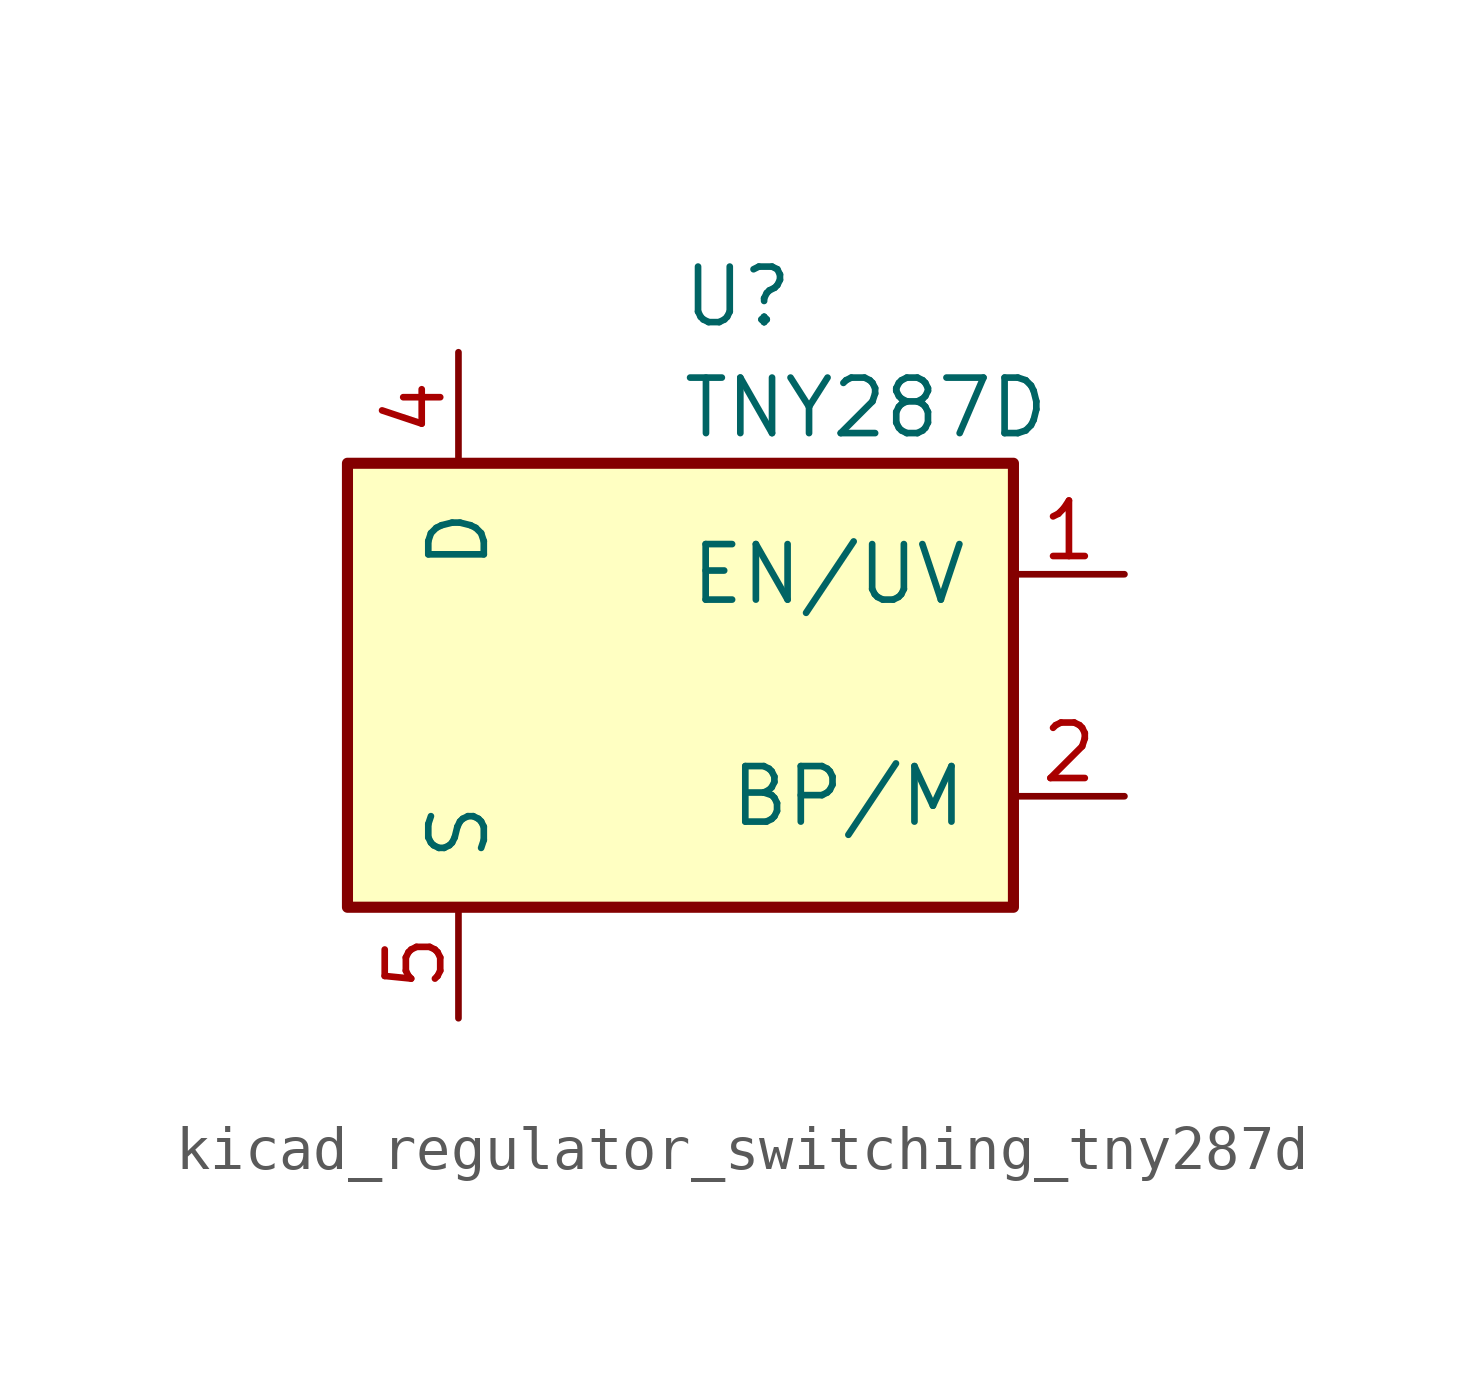
<source format=kicad_sym>
(kicad_symbol_lib
  (version 20220914)
  (generator kicad_symbol_editor)
  (symbol "kicad_regulator_switching_tny287d"
    (pin_names
      (offset 1.016))
    (property "Reference" "U"
      (at 0 8.89 0)
      (effects (font (size 1.27 1.27)) (justify left)))
    (property "Value" "TNY287D"
      (at 0 6.35 0)
      (effects (font (size 1.27 1.27)) (justify left)))
    (symbol "kicad_regulator_switching_tny287d_0_1"
      (rectangle (start -7.62 5.08) (end 7.62 -5.08) (stroke (width 0.254) (type default)) (fill (type background))))
    (symbol "kicad_regulator_switching_tny287d_1_1"
      (pin input line (at 10.16 2.54 180) (length 2.54) (name "EN/UV" (effects (font (size 1.27 1.27)))) (number "1" (effects (font (size 1.27 1.27)))))
      (pin input line (at 10.16 -2.54 180) (length 2.54) (name "BP/M" (effects (font (size 1.27 1.27)))) (number "2" (effects (font (size 1.27 1.27)))))
      (pin open_collector line (at -5.08 7.62 270) (length 2.54) (name "D" (effects (font (size 1.27 1.27)))) (number "4" (effects (font (size 1.27 1.27)))))
      (pin power_in line (at -5.08 -7.62 90) (length 2.54) (name "S" (effects (font (size 1.27 1.27)))) (number "5" (effects (font (size 1.27 1.27)))))
      (pin passive line (at -5.08 -7.62 90) (length 2.54) hide (name "S" (effects (font (size 1.27 1.27)))) (number "6" (effects (font (size 1.27 1.27)))))
      (pin passive line (at -5.08 -7.62 90) (length 2.54) hide (name "S" (effects (font (size 1.27 1.27)))) (number "7" (effects (font (size 1.27 1.27)))))
      (pin passive line (at -5.08 -7.62 90) (length 2.54) hide (name "S" (effects (font (size 1.27 1.27)))) (number "8" (effects (font (size 1.27 1.27))))))))
</source>
